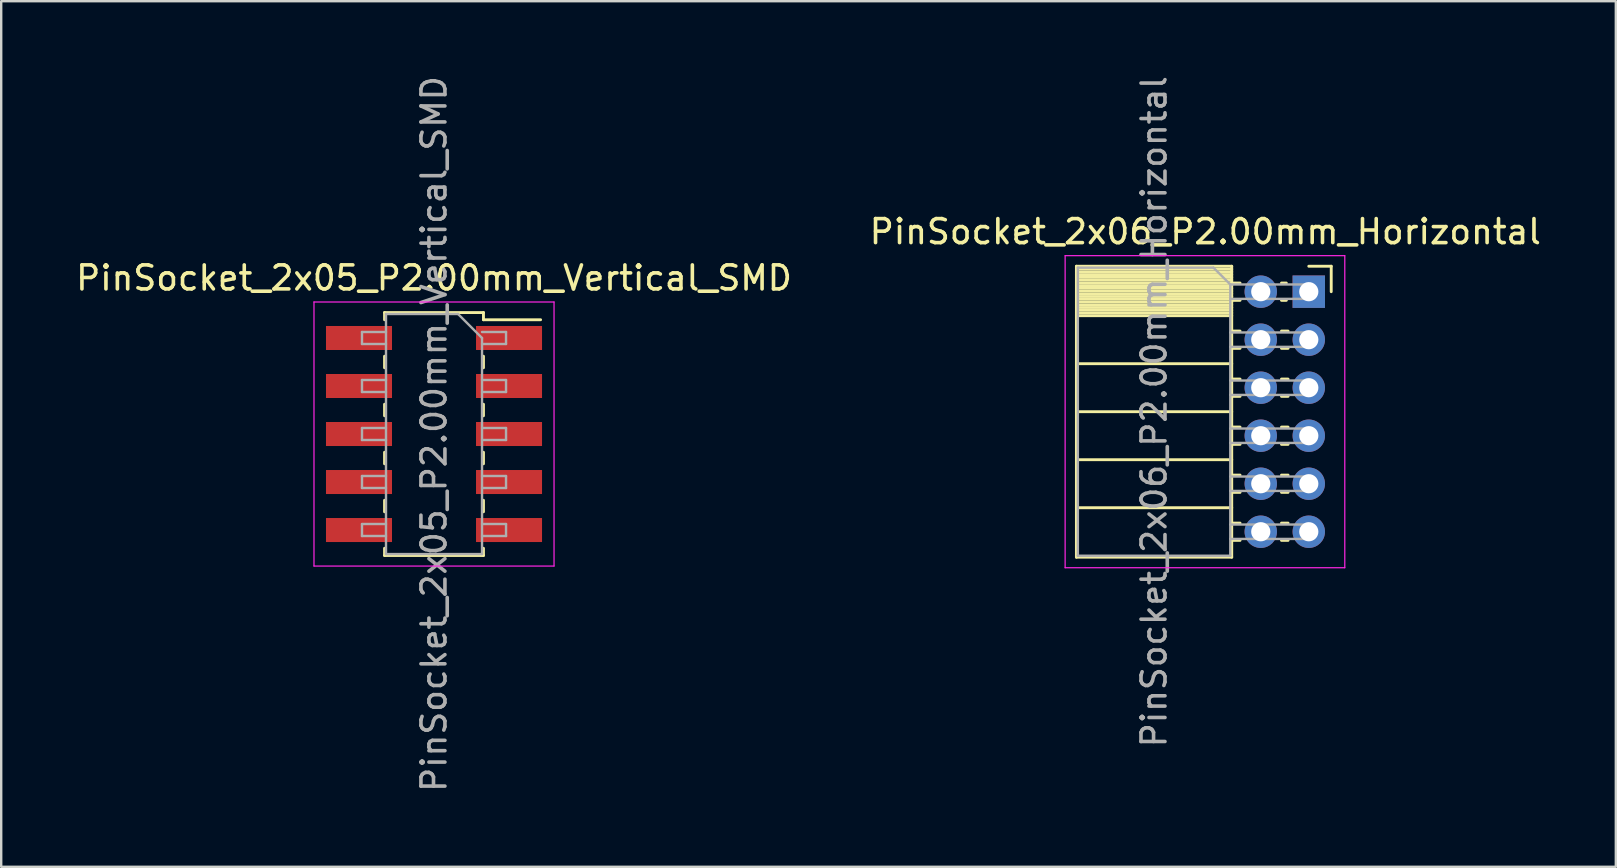
<source format=kicad_pcb>
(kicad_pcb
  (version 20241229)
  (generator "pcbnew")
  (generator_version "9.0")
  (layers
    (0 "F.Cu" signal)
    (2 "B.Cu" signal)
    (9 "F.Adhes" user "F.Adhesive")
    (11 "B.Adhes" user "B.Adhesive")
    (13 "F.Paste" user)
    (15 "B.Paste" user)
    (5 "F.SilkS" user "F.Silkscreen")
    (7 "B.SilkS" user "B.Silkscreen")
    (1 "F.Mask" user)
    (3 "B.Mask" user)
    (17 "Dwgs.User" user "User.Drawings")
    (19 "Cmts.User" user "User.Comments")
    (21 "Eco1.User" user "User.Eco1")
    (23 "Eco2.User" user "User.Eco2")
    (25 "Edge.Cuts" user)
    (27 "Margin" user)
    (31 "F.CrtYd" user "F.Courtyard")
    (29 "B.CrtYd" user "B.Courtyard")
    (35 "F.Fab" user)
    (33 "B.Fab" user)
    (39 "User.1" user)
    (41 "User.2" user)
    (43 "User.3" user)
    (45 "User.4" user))
  (footprint "PinSocket_2x06_P2.00mm_Horizontal"
    (layer "F.Cu")
    (at 51.471 9.101)
    (property "Reference" "PinSocket_2x06_P2.00mm_Horizontal" (at -4.31 -2.5 0) (layer "F.SilkS") (effects (font (size 1 1) (thickness 0.15))))
    (attr through_hole)
    (fp_line (start -9.68 -1.06) (end -9.68 11.06) (stroke (width 0.12) (type solid)) (layer "F.SilkS"))
    (fp_line (start -9.68 -1.06) (end -3.21 -1.06) (stroke (width 0.12) (type solid)) (layer "F.SilkS"))
    (fp_line (start -9.68 -0.94) (end -3.21 -0.94) (stroke (width 0.12) (type solid)) (layer "F.SilkS"))
    (fp_line (start -9.68 -0.826) (end -3.21 -0.826) (stroke (width 0.12) (type solid)) (layer "F.SilkS"))
    (fp_line (start -9.68 -0.712) (end -3.21 -0.712) (stroke (width 0.12) (type solid)) (layer "F.SilkS"))
    (fp_line (start -9.68 -0.598) (end -3.21 -0.598) (stroke (width 0.12) (type solid)) (layer "F.SilkS"))
    (fp_line (start -9.68 -0.484) (end -3.21 -0.484) (stroke (width 0.12) (type solid)) (layer "F.SilkS"))
    (fp_line (start -9.68 -0.369) (end -3.21 -0.369) (stroke (width 0.12) (type solid)) (layer "F.SilkS"))
    (fp_line (start -9.68 -0.255) (end -3.21 -0.255) (stroke (width 0.12) (type solid)) (layer "F.SilkS"))
    (fp_line (start -9.68 -0.141) (end -3.21 -0.141) (stroke (width 0.12) (type solid)) (layer "F.SilkS"))
    (fp_line (start -9.68 -0.027) (end -3.21 -0.027) (stroke (width 0.12) (type solid)) (layer "F.SilkS"))
    (fp_line (start -9.68 0.087) (end -3.21 0.087) (stroke (width 0.12) (type solid)) (layer "F.SilkS"))
    (fp_line (start -9.68 0.201) (end -3.21 0.201) (stroke (width 0.12) (type solid)) (layer "F.SilkS"))
    (fp_line (start -9.68 0.315) (end -3.21 0.315) (stroke (width 0.12) (type solid)) (layer "F.SilkS"))
    (fp_line (start -9.68 0.429) (end -3.21 0.429) (stroke (width 0.12) (type solid)) (layer "F.SilkS"))
    (fp_line (start -9.68 0.544) (end -3.21 0.544) (stroke (width 0.12) (type solid)) (layer "F.SilkS"))
    (fp_line (start -9.68 0.658) (end -3.21 0.658) (stroke (width 0.12) (type solid)) (layer "F.SilkS"))
    (fp_line (start -9.68 0.772) (end -3.21 0.772) (stroke (width 0.12) (type solid)) (layer "F.SilkS"))
    (fp_line (start -9.68 0.886) (end -3.21 0.886) (stroke (width 0.12) (type solid)) (layer "F.SilkS"))
    (fp_line (start -9.68 1) (end -3.21 1) (stroke (width 0.12) (type solid)) (layer "F.SilkS"))
    (fp_line (start -9.68 3) (end -3.21 3) (stroke (width 0.12) (type solid)) (layer "F.SilkS"))
    (fp_line (start -9.68 5) (end -3.21 5) (stroke (width 0.12) (type solid)) (layer "F.SilkS"))
    (fp_line (start -9.68 7) (end -3.21 7) (stroke (width 0.12) (type solid)) (layer "F.SilkS"))
    (fp_line (start -9.68 9) (end -3.21 9) (stroke (width 0.12) (type solid)) (layer "F.SilkS"))
    (fp_line (start -9.68 11.06) (end -3.21 11.06) (stroke (width 0.12) (type solid)) (layer "F.SilkS"))
    (fp_line (start -3.21 -1.06) (end -3.21 11.06) (stroke (width 0.12) (type solid)) (layer "F.SilkS"))
    (fp_line (start -3.21 -0.36) (end -2.863 -0.36) (stroke (width 0.12) (type solid)) (layer "F.SilkS"))
    (fp_line (start -3.21 0.36) (end -2.863 0.36) (stroke (width 0.12) (type solid)) (layer "F.SilkS"))
    (fp_line (start -3.21 1.64) (end -2.863 1.64) (stroke (width 0.12) (type solid)) (layer "F.SilkS"))
    (fp_line (start -3.21 2.36) (end -2.863 2.36) (stroke (width 0.12) (type solid)) (layer "F.SilkS"))
    (fp_line (start -3.21 3.64) (end -2.863 3.64) (stroke (width 0.12) (type solid)) (layer "F.SilkS"))
    (fp_line (start -3.21 4.36) (end -2.863 4.36) (stroke (width 0.12) (type solid)) (layer "F.SilkS"))
    (fp_line (start -3.21 5.64) (end -2.863 5.64) (stroke (width 0.12) (type solid)) (layer "F.SilkS"))
    (fp_line (start -3.21 6.36) (end -2.863 6.36) (stroke (width 0.12) (type solid)) (layer "F.SilkS"))
    (fp_line (start -3.21 7.64) (end -2.863 7.64) (stroke (width 0.12) (type solid)) (layer "F.SilkS"))
    (fp_line (start -3.21 8.36) (end -2.863 8.36) (stroke (width 0.12) (type solid)) (layer "F.SilkS"))
    (fp_line (start -3.21 9.64) (end -2.863 9.64) (stroke (width 0.12) (type solid)) (layer "F.SilkS"))
    (fp_line (start -3.21 10.36) (end -2.863 10.36) (stroke (width 0.12) (type solid)) (layer "F.SilkS"))
    (fp_line (start -1.137 -0.36) (end -0.935 -0.36) (stroke (width 0.12) (type solid)) (layer "F.SilkS"))
    (fp_line (start -1.137 0.36) (end -0.935 0.36) (stroke (width 0.12) (type solid)) (layer "F.SilkS"))
    (fp_line (start -1.137 1.64) (end -0.863 1.64) (stroke (width 0.12) (type solid)) (layer "F.SilkS"))
    (fp_line (start -1.137 2.36) (end -0.863 2.36) (stroke (width 0.12) (type solid)) (layer "F.SilkS"))
    (fp_line (start -1.137 3.64) (end -0.863 3.64) (stroke (width 0.12) (type solid)) (layer "F.SilkS"))
    (fp_line (start -1.137 4.36) (end -0.863 4.36) (stroke (width 0.12) (type solid)) (layer "F.SilkS"))
    (fp_line (start -1.137 5.64) (end -0.863 5.64) (stroke (width 0.12) (type solid)) (layer "F.SilkS"))
    (fp_line (start -1.137 6.36) (end -0.863 6.36) (stroke (width 0.12) (type solid)) (layer "F.SilkS"))
    (fp_line (start -1.137 7.64) (end -0.863 7.64) (stroke (width 0.12) (type solid)) (layer "F.SilkS"))
    (fp_line (start -1.137 8.36) (end -0.863 8.36) (stroke (width 0.12) (type solid)) (layer "F.SilkS"))
    (fp_line (start -1.137 9.64) (end -0.863 9.64) (stroke (width 0.12) (type solid)) (layer "F.SilkS"))
    (fp_line (start -1.137 10.36) (end -0.863 10.36) (stroke (width 0.12) (type solid)) (layer "F.SilkS"))
    (fp_line (start 0 -1.06) (end 0.935 -1.06) (stroke (width 0.12) (type solid)) (layer "F.SilkS"))
    (fp_line (start 0.935 -1.06) (end 0.935 0) (stroke (width 0.12) (type solid)) (layer "F.SilkS"))
    (fp_line (start -10.15 -1.5) (end -10.15 11.5) (stroke (width 0.05) (type solid)) (layer "F.CrtYd"))
    (fp_line (start -10.15 11.5) (end 1.5 11.5) (stroke (width 0.05) (type solid)) (layer "F.CrtYd"))
    (fp_line (start 1.5 -1.5) (end -10.15 -1.5) (stroke (width 0.05) (type solid)) (layer "F.CrtYd"))
    (fp_line (start 1.5 11.5) (end 1.5 -1.5) (stroke (width 0.05) (type solid)) (layer "F.CrtYd"))
    (fp_line (start -9.62 -1) (end -3.97 -1) (stroke (width 0.1) (type solid)) (layer "F.Fab"))
    (fp_line (start -9.62 11) (end -9.62 -1) (stroke (width 0.1) (type solid)) (layer "F.Fab"))
    (fp_line (start -3.97 -1) (end -3.27 -0.3) (stroke (width 0.1) (type solid)) (layer "F.Fab"))
    (fp_line (start -3.27 -0.3) (end -3.27 11) (stroke (width 0.1) (type solid)) (layer "F.Fab"))
    (fp_line (start -3.27 0.3) (end 0 0.3) (stroke (width 0.1) (type solid)) (layer "F.Fab"))
    (fp_line (start -3.27 2.3) (end 0 2.3) (stroke (width 0.1) (type solid)) (layer "F.Fab"))
    (fp_line (start -3.27 4.3) (end 0 4.3) (stroke (width 0.1) (type solid)) (layer "F.Fab"))
    (fp_line (start -3.27 6.3) (end 0 6.3) (stroke (width 0.1) (type solid)) (layer "F.Fab"))
    (fp_line (start -3.27 8.3) (end 0 8.3) (stroke (width 0.1) (type solid)) (layer "F.Fab"))
    (fp_line (start -3.27 10.3) (end 0 10.3) (stroke (width 0.1) (type solid)) (layer "F.Fab"))
    (fp_line (start -3.27 11) (end -9.62 11) (stroke (width 0.1) (type solid)) (layer "F.Fab"))
    (fp_line (start 0 -0.3) (end -3.27 -0.3) (stroke (width 0.1) (type solid)) (layer "F.Fab"))
    (fp_line (start 0 0.3) (end 0 -0.3) (stroke (width 0.1) (type solid)) (layer "F.Fab"))
    (fp_line (start 0 1.7) (end -3.27 1.7) (stroke (width 0.1) (type solid)) (layer "F.Fab"))
    (fp_line (start 0 2.3) (end 0 1.7) (stroke (width 0.1) (type solid)) (layer "F.Fab"))
    (fp_line (start 0 3.7) (end -3.27 3.7) (stroke (width 0.1) (type solid)) (layer "F.Fab"))
    (fp_line (start 0 4.3) (end 0 3.7) (stroke (width 0.1) (type solid)) (layer "F.Fab"))
    (fp_line (start 0 5.7) (end -3.27 5.7) (stroke (width 0.1) (type solid)) (layer "F.Fab"))
    (fp_line (start 0 6.3) (end 0 5.7) (stroke (width 0.1) (type solid)) (layer "F.Fab"))
    (fp_line (start 0 7.7) (end -3.27 7.7) (stroke (width 0.1) (type solid)) (layer "F.Fab"))
    (fp_line (start 0 8.3) (end 0 7.7) (stroke (width 0.1) (type solid)) (layer "F.Fab"))
    (fp_line (start 0 9.7) (end -3.27 9.7) (stroke (width 0.1) (type solid)) (layer "F.Fab"))
    (fp_line (start 0 10.3) (end 0 9.7) (stroke (width 0.1) (type solid)) (layer "F.Fab"))
    (fp_text user "${REFERENCE}" (at -6.445 5 90) (layer "F.Fab") (effects (font (size 1 1) (thickness 0.15))))
    (pad "1" thru_hole rect (at 0 0) (size 1.35 1.35) (drill 0.8) (layers "*.Cu" "*.Mask"))
    (pad "2" thru_hole oval (at -2 0) (size 1.35 1.35) (drill 0.8) (layers "*.Cu" "*.Mask"))
    (pad "3" thru_hole oval (at 0 2) (size 1.35 1.35) (drill 0.8) (layers "*.Cu" "*.Mask"))
    (pad "4" thru_hole oval (at -2 2) (size 1.35 1.35) (drill 0.8) (layers "*.Cu" "*.Mask"))
    (pad "5" thru_hole oval (at 0 4) (size 1.35 1.35) (drill 0.8) (layers "*.Cu" "*.Mask"))
    (pad "6" thru_hole oval (at -2 4) (size 1.35 1.35) (drill 0.8) (layers "*.Cu" "*.Mask"))
    (pad "7" thru_hole oval (at 0 6) (size 1.35 1.35) (drill 0.8) (layers "*.Cu" "*.Mask"))
    (pad "8" thru_hole oval (at -2 6) (size 1.35 1.35) (drill 0.8) (layers "*.Cu" "*.Mask"))
    (pad "9" thru_hole oval (at 0 8) (size 1.35 1.35) (drill 0.8) (layers "*.Cu" "*.Mask"))
    (pad "10" thru_hole oval (at -2 8) (size 1.35 1.35) (drill 0.8) (layers "*.Cu" "*.Mask"))
    (pad "11" thru_hole oval (at 0 10) (size 1.35 1.35) (drill 0.8) (layers "*.Cu" "*.Mask"))
    (pad "12" thru_hole oval (at -2 10) (size 1.35 1.35) (drill 0.8) (layers "*.Cu" "*.Mask")))
  (footprint "PinSocket_2x05_P2.00mm_Vertical_SMD"
    (layer "F.Cu")
    (at 15.03 15.03)
    (property "Reference" "PinSocket_2x05_P2.00mm_Vertical_SMD" (at 0 -6.5 0) (layer "F.SilkS") (effects (font (size 1 1) (thickness 0.15))))
    (attr smd)
    (fp_line (start -2.06 -5.06) (end -2.06 -4.76) (stroke (width 0.12) (type solid)) (layer "F.SilkS"))
    (fp_line (start -2.06 -5.06) (end 2.06 -5.06) (stroke (width 0.12) (type solid)) (layer "F.SilkS"))
    (fp_line (start -2.06 -3.24) (end -2.06 -2.76) (stroke (width 0.12) (type solid)) (layer "F.SilkS"))
    (fp_line (start -2.06 -1.24) (end -2.06 -0.76) (stroke (width 0.12) (type solid)) (layer "F.SilkS"))
    (fp_line (start -2.06 0.76) (end -2.06 1.24) (stroke (width 0.12) (type solid)) (layer "F.SilkS"))
    (fp_line (start -2.06 2.76) (end -2.06 3.24) (stroke (width 0.12) (type solid)) (layer "F.SilkS"))
    (fp_line (start -2.06 4.76) (end -2.06 5.06) (stroke (width 0.12) (type solid)) (layer "F.SilkS"))
    (fp_line (start -2.06 5.06) (end 2.06 5.06) (stroke (width 0.12) (type solid)) (layer "F.SilkS"))
    (fp_line (start 2.06 -5.06) (end 2.06 -4.76) (stroke (width 0.12) (type solid)) (layer "F.SilkS"))
    (fp_line (start 2.06 -4.76) (end 4.44 -4.76) (stroke (width 0.12) (type solid)) (layer "F.SilkS"))
    (fp_line (start 2.06 -3.24) (end 2.06 -2.76) (stroke (width 0.12) (type solid)) (layer "F.SilkS"))
    (fp_line (start 2.06 -1.24) (end 2.06 -0.76) (stroke (width 0.12) (type solid)) (layer "F.SilkS"))
    (fp_line (start 2.06 0.76) (end 2.06 1.24) (stroke (width 0.12) (type solid)) (layer "F.SilkS"))
    (fp_line (start 2.06 2.76) (end 2.06 3.24) (stroke (width 0.12) (type solid)) (layer "F.SilkS"))
    (fp_line (start 2.06 4.76) (end 2.06 5.06) (stroke (width 0.12) (type solid)) (layer "F.SilkS"))
    (fp_line (start -5 -5.5) (end 5 -5.5) (stroke (width 0.05) (type solid)) (layer "F.CrtYd"))
    (fp_line (start -5 5.5) (end -5 -5.5) (stroke (width 0.05) (type solid)) (layer "F.CrtYd"))
    (fp_line (start 5 -5.5) (end 5 5.5) (stroke (width 0.05) (type solid)) (layer "F.CrtYd"))
    (fp_line (start 5 5.5) (end -5 5.5) (stroke (width 0.05) (type solid)) (layer "F.CrtYd"))
    (fp_line (start -3 -4.25) (end -2 -4.25) (stroke (width 0.1) (type solid)) (layer "F.Fab"))
    (fp_line (start -3 -3.75) (end -3 -4.25) (stroke (width 0.1) (type solid)) (layer "F.Fab"))
    (fp_line (start -3 -2.25) (end -2 -2.25) (stroke (width 0.1) (type solid)) (layer "F.Fab"))
    (fp_line (start -3 -1.75) (end -3 -2.25) (stroke (width 0.1) (type solid)) (layer "F.Fab"))
    (fp_line (start -3 -0.25) (end -2 -0.25) (stroke (width 0.1) (type solid)) (layer "F.Fab"))
    (fp_line (start -3 0.25) (end -3 -0.25) (stroke (width 0.1) (type solid)) (layer "F.Fab"))
    (fp_line (start -3 1.75) (end -2 1.75) (stroke (width 0.1) (type solid)) (layer "F.Fab"))
    (fp_line (start -3 2.25) (end -3 1.75) (stroke (width 0.1) (type solid)) (layer "F.Fab"))
    (fp_line (start -3 3.75) (end -2 3.75) (stroke (width 0.1) (type solid)) (layer "F.Fab"))
    (fp_line (start -3 4.25) (end -3 3.75) (stroke (width 0.1) (type solid)) (layer "F.Fab"))
    (fp_line (start -2 -5) (end 1 -5) (stroke (width 0.1) (type solid)) (layer "F.Fab"))
    (fp_line (start -2 -3.75) (end -3 -3.75) (stroke (width 0.1) (type solid)) (layer "F.Fab"))
    (fp_line (start -2 -1.75) (end -3 -1.75) (stroke (width 0.1) (type solid)) (layer "F.Fab"))
    (fp_line (start -2 0.25) (end -3 0.25) (stroke (width 0.1) (type solid)) (layer "F.Fab"))
    (fp_line (start -2 2.25) (end -3 2.25) (stroke (width 0.1) (type solid)) (layer "F.Fab"))
    (fp_line (start -2 4.25) (end -3 4.25) (stroke (width 0.1) (type solid)) (layer "F.Fab"))
    (fp_line (start -2 5) (end -2 -5) (stroke (width 0.1) (type solid)) (layer "F.Fab"))
    (fp_line (start 1 -5) (end 2 -4) (stroke (width 0.1) (type solid)) (layer "F.Fab"))
    (fp_line (start 2 -4.25) (end 3 -4.25) (stroke (width 0.1) (type solid)) (layer "F.Fab"))
    (fp_line (start 2 -4) (end 2 5) (stroke (width 0.1) (type solid)) (layer "F.Fab"))
    (fp_line (start 2 -2.25) (end 3 -2.25) (stroke (width 0.1) (type solid)) (layer "F.Fab"))
    (fp_line (start 2 -0.25) (end 3 -0.25) (stroke (width 0.1) (type solid)) (layer "F.Fab"))
    (fp_line (start 2 1.75) (end 3 1.75) (stroke (width 0.1) (type solid)) (layer "F.Fab"))
    (fp_line (start 2 3.75) (end 3 3.75) (stroke (width 0.1) (type solid)) (layer "F.Fab"))
    (fp_line (start 2 5) (end -2 5) (stroke (width 0.1) (type solid)) (layer "F.Fab"))
    (fp_line (start 3 -4.25) (end 3 -3.75) (stroke (width 0.1) (type solid)) (layer "F.Fab"))
    (fp_line (start 3 -3.75) (end 2 -3.75) (stroke (width 0.1) (type solid)) (layer "F.Fab"))
    (fp_line (start 3 -2.25) (end 3 -1.75) (stroke (width 0.1) (type solid)) (layer "F.Fab"))
    (fp_line (start 3 -1.75) (end 2 -1.75) (stroke (width 0.1) (type solid)) (layer "F.Fab"))
    (fp_line (start 3 -0.25) (end 3 0.25) (stroke (width 0.1) (type solid)) (layer "F.Fab"))
    (fp_line (start 3 0.25) (end 2 0.25) (stroke (width 0.1) (type solid)) (layer "F.Fab"))
    (fp_line (start 3 1.75) (end 3 2.25) (stroke (width 0.1) (type solid)) (layer "F.Fab"))
    (fp_line (start 3 2.25) (end 2 2.25) (stroke (width 0.1) (type solid)) (layer "F.Fab"))
    (fp_line (start 3 3.75) (end 3 4.25) (stroke (width 0.1) (type solid)) (layer "F.Fab"))
    (fp_line (start 3 4.25) (end 2 4.25) (stroke (width 0.1) (type solid)) (layer "F.Fab"))
    (fp_text user "${REFERENCE}" (at 0 0 90) (layer "F.Fab") (effects (font (size 1 1) (thickness 0.15))))
    (pad "1" smd rect (at 3.125 -4) (size 2.75 1) (layers "F.Cu" "F.Mask" "F.Paste"))
    (pad "2" smd rect (at -3.125 -4) (size 2.75 1) (layers "F.Cu" "F.Mask" "F.Paste"))
    (pad "3" smd rect (at 3.125 -2) (size 2.75 1) (layers "F.Cu" "F.Mask" "F.Paste"))
    (pad "4" smd rect (at -3.125 -2) (size 2.75 1) (layers "F.Cu" "F.Mask" "F.Paste"))
    (pad "5" smd rect (at 3.125 0) (size 2.75 1) (layers "F.Cu" "F.Mask" "F.Paste"))
    (pad "6" smd rect (at -3.125 0) (size 2.75 1) (layers "F.Cu" "F.Mask" "F.Paste"))
    (pad "7" smd rect (at 3.125 2) (size 2.75 1) (layers "F.Cu" "F.Mask" "F.Paste"))
    (pad "8" smd rect (at -3.125 2) (size 2.75 1) (layers "F.Cu" "F.Mask" "F.Paste"))
    (pad "9" smd rect (at 3.125 4) (size 2.75 1) (layers "F.Cu" "F.Mask" "F.Paste"))
    (pad "10" smd rect (at -3.125 4) (size 2.75 1) (layers "F.Cu" "F.Mask" "F.Paste")))
  (gr_rect
    (start -3 -3)
    (end 64.262 33.06)
    (stroke (width 0.1) (type default))
    (fill no)
    (layer "Edge.Cuts")))
</source>
